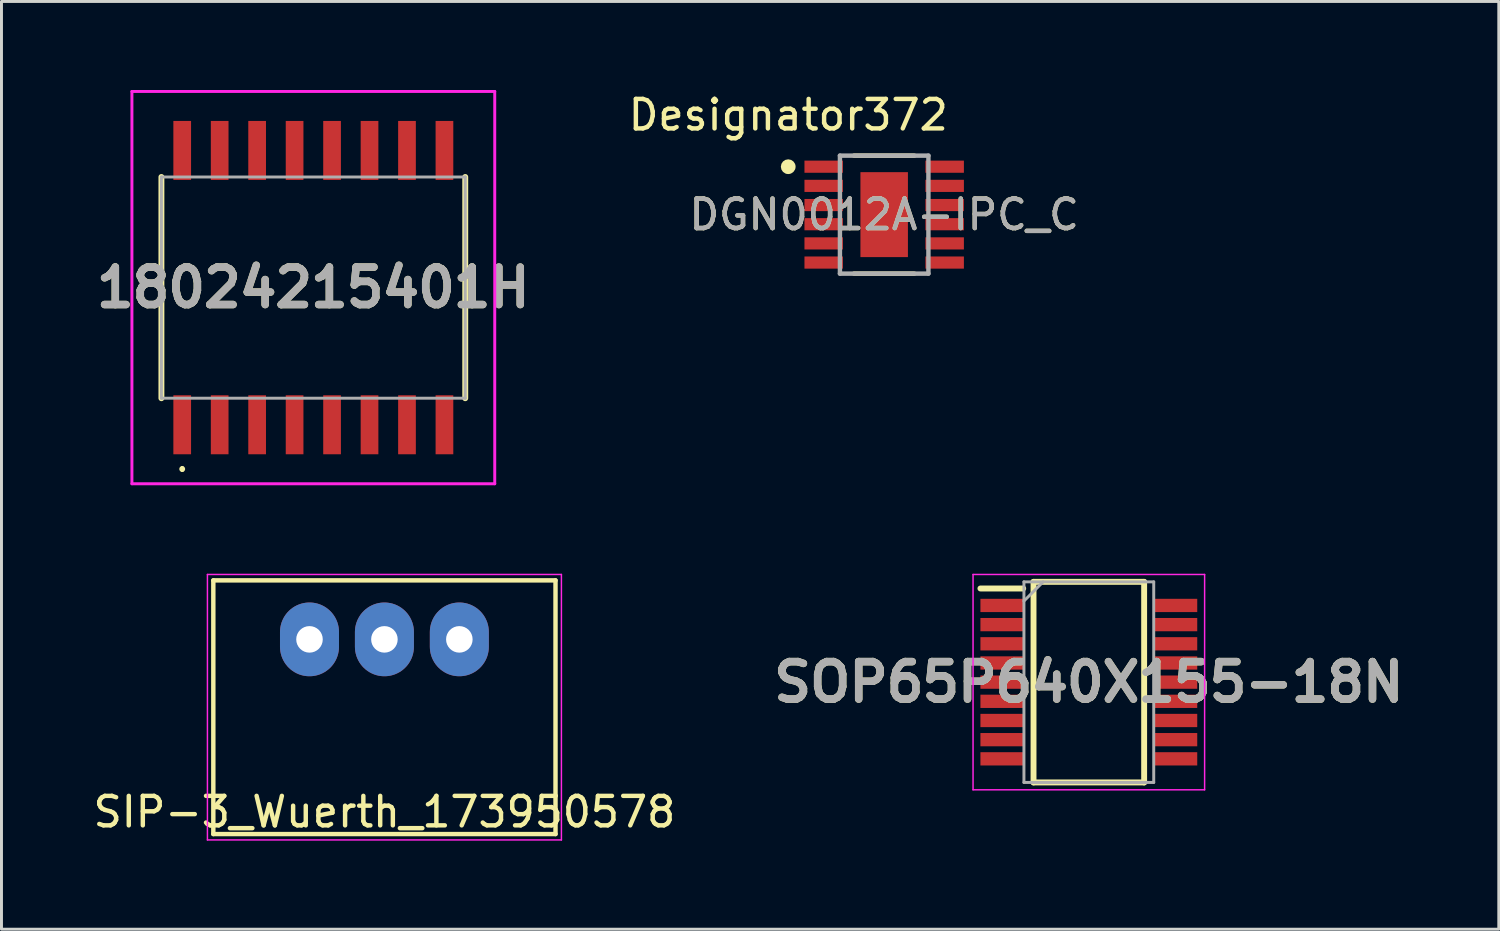
<source format=kicad_pcb>
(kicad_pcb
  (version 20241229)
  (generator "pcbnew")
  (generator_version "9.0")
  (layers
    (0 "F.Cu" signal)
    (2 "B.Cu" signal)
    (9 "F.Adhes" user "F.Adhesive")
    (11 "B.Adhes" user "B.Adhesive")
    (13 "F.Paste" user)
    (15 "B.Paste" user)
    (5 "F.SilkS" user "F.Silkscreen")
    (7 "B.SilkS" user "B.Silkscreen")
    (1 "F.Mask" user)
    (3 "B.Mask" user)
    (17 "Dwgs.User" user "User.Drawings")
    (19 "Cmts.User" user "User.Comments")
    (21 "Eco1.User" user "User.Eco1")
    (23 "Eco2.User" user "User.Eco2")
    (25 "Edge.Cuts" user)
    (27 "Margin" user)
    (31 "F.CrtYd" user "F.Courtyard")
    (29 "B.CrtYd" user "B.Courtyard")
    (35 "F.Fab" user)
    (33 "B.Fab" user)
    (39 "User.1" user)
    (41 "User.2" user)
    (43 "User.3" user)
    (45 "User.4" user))
  (footprint "18024215401H"
    (layer "F.Cu")
    (at 7.572 6.7)
    (property "Reference" "18024215401H" (at 0 0 0) (layer "F.SilkS") (effects (font (size 1.27 1.27) (thickness 0.254))))
    (attr smd)
    (fp_line (start -5.15 -3.75) (end -5.15 3.75) (stroke (width 0.2) (type solid)) (layer "F.SilkS"))
    (fp_line (start -4.445 6.1) (end -4.445 6.1) (stroke (width 0.1) (type solid)) (layer "F.SilkS"))
    (fp_line (start -4.445 6.2) (end -4.445 6.2) (stroke (width 0.1) (type solid)) (layer "F.SilkS"))
    (fp_line (start 5.15 -3.75) (end 5.15 3.75) (stroke (width 0.2) (type solid)) (layer "F.SilkS"))
    (fp_arc (start -4.445 6.1) (mid -4.395 6.15) (end -4.445 6.2) (stroke (width 0.1) (type solid)) (layer "F.SilkS"))
    (fp_arc (start -4.445 6.2) (mid -4.495 6.15) (end -4.445 6.1) (stroke (width 0.1) (type solid)) (layer "F.SilkS"))
    (fp_line (start -6.15 -6.65) (end 6.15 -6.65) (stroke (width 0.1) (type solid)) (layer "F.CrtYd"))
    (fp_line (start -6.15 6.65) (end -6.15 -6.65) (stroke (width 0.1) (type solid)) (layer "F.CrtYd"))
    (fp_line (start 6.15 -6.65) (end 6.15 6.65) (stroke (width 0.1) (type solid)) (layer "F.CrtYd"))
    (fp_line (start 6.15 6.65) (end -6.15 6.65) (stroke (width 0.1) (type solid)) (layer "F.CrtYd"))
    (fp_line (start -5.15 -3.75) (end 5.15 -3.75) (stroke (width 0.1) (type solid)) (layer "F.Fab"))
    (fp_line (start -5.15 3.75) (end -5.15 -3.75) (stroke (width 0.1) (type solid)) (layer "F.Fab"))
    (fp_line (start 5.15 -3.75) (end 5.15 3.75) (stroke (width 0.1) (type solid)) (layer "F.Fab"))
    (fp_line (start 5.15 3.75) (end -5.15 3.75) (stroke (width 0.1) (type solid)) (layer "F.Fab"))
    (fp_text user "${REFERENCE}" (at 0 0 0) (layer "F.Fab") (effects (font (size 1.27 1.27) (thickness 0.254))))
    (pad "1" smd rect (at -4.445 4.65) (size 0.6 2) (layers "F.Cu" "F.Mask" "F.Paste"))
    (pad "2" smd rect (at -3.175 4.65) (size 0.6 2) (layers "F.Cu" "F.Mask" "F.Paste"))
    (pad "3" smd rect (at -1.905 4.65) (size 0.6 2) (layers "F.Cu" "F.Mask" "F.Paste"))
    (pad "4" smd rect (at -0.635 4.65) (size 0.6 2) (layers "F.Cu" "F.Mask" "F.Paste"))
    (pad "5" smd rect (at 0.635 4.65) (size 0.6 2) (layers "F.Cu" "F.Mask" "F.Paste"))
    (pad "6" smd rect (at 1.905 4.65) (size 0.6 2) (layers "F.Cu" "F.Mask" "F.Paste"))
    (pad "7" smd rect (at 3.175 4.65) (size 0.6 2) (layers "F.Cu" "F.Mask" "F.Paste"))
    (pad "8" smd rect (at 4.445 4.65) (size 0.6 2) (layers "F.Cu" "F.Mask" "F.Paste"))
    (pad "9" smd rect (at 4.445 -4.65) (size 0.6 2) (layers "F.Cu" "F.Mask" "F.Paste"))
    (pad "10" smd rect (at 3.175 -4.65) (size 0.6 2) (layers "F.Cu" "F.Mask" "F.Paste"))
    (pad "11" smd rect (at 1.905 -4.65) (size 0.6 2) (layers "F.Cu" "F.Mask" "F.Paste"))
    (pad "12" smd rect (at 0.635 -4.65) (size 0.6 2) (layers "F.Cu" "F.Mask" "F.Paste"))
    (pad "13" smd rect (at -0.635 -4.65) (size 0.6 2) (layers "F.Cu" "F.Mask" "F.Paste"))
    (pad "14" smd rect (at -1.905 -4.65) (size 0.6 2) (layers "F.Cu" "F.Mask" "F.Paste"))
    (pad "15" smd rect (at -3.175 -4.65) (size 0.6 2) (layers "F.Cu" "F.Mask" "F.Paste"))
    (pad "16" smd rect (at -4.445 -4.65) (size 0.6 2) (layers "F.Cu" "F.Mask" "F.Paste")))
  (footprint "SIP-3_Wuerth_173950578"
    (layer "F.Cu")
    (at 9.982 18.625)
    (property "Reference" "SIP-3_Wuerth_173950578" (at 0 5.85 0) (layer "F.SilkS") (effects (font (size 1 1) (thickness 0.15))))
    (attr through_hole)
    (fp_line (start -5.8 -2) (end 5.8 -2) (stroke (width 0.15) (type solid)) (layer "F.SilkS"))
    (fp_line (start -5.8 6.6) (end -5.8 -2) (stroke (width 0.15) (type solid)) (layer "F.SilkS"))
    (fp_line (start 5.8 -2) (end 5.8 6.6) (stroke (width 0.15) (type solid)) (layer "F.SilkS"))
    (fp_line (start 5.8 6.6) (end -5.8 6.6) (stroke (width 0.15) (type solid)) (layer "F.SilkS"))
    (fp_line (start -6 -2.2) (end 6 -2.2) (stroke (width 0.05) (type solid)) (layer "F.CrtYd"))
    (fp_line (start -6 6.8) (end -6 -2.2) (stroke (width 0.05) (type solid)) (layer "F.CrtYd"))
    (fp_line (start 6 -2.2) (end 6 6.8) (stroke (width 0.05) (type solid)) (layer "F.CrtYd"))
    (fp_line (start 6 6.8) (end -6 6.8) (stroke (width 0.05) (type solid)) (layer "F.CrtYd"))
    (pad "1" thru_hole oval (at 2.54 0) (size 2 2.5) (drill 0.9) (layers "*.Cu" "*.Mask"))
    (pad "2" thru_hole oval (at 0 0) (size 2 2.5) (drill 0.9) (layers "*.Cu" "*.Mask"))
    (pad "3" thru_hole oval (at -2.54 0) (size 2 2.5) (drill 0.9) (layers "*.Cu" "*.Mask")))
  (footprint "DGN0012A-IPC_C"
    (layer "F.Cu")
    (at 26.924 4.226)
    (property "Reference" "DGN0012A-IPC_C" (at 0 0 0) (unlocked yes) (layer "F.SilkS") (effects (font (size 1 1) (thickness 0.15))))
    (attr smd)
    (fp_line (start -1.023 -2) (end 1.023 -2) (stroke (width 0.15) (type solid)) (layer "F.SilkS"))
    (fp_line (start -1.023 2) (end 1.023 2) (stroke (width 0.15) (type solid)) (layer "F.SilkS"))
    (fp_circle (center -3.253 -1.625) (end -3.128 -1.625) (stroke (width 0.25) (type solid)) (fill no) (layer "F.SilkS"))
    (fp_poly (pts (xy -0.434 1.069) (xy 0.434 1.069) (xy 0.434 -1.069) (xy -0.434 -1.069)) (stroke (width 0) (type solid)) (fill yes) (layer "F.Paste"))
    (fp_line (start -1.5 -2) (end 1.5 -2) (stroke (width 0.15) (type solid)) (layer "F.Fab"))
    (fp_line (start -1.5 2) (end -1.5 -2) (stroke (width 0.15) (type solid)) (layer "F.Fab"))
    (fp_line (start -1.5 2) (end 1.5 2) (stroke (width 0.15) (type solid)) (layer "F.Fab"))
    (fp_line (start 1.5 2) (end 1.5 -2) (stroke (width 0.15) (type solid)) (layer "F.Fab"))
    (fp_text user "Designator372" (at -3.251 -3.378 0) (unlocked yes) (layer "F.SilkS") (effects (font (size 1 1) (thickness 0.15))))
    (fp_text user "${REFERENCE}" (at 0 0 0) (unlocked yes) (layer "F.Fab") (effects (font (size 1 1) (thickness 0.15))))
    (pad "1" smd rect (at -2.05 -1.625) (size 1.305 0.412) (layers "F.Cu" "F.Mask" "F.Paste"))
    (pad "2" smd rect (at -2.05 -0.975) (size 1.305 0.412) (layers "F.Cu" "F.Mask" "F.Paste"))
    (pad "3" smd rect (at -2.05 -0.325) (size 1.305 0.412) (layers "F.Cu" "F.Mask" "F.Paste"))
    (pad "4" smd rect (at -2.05 0.325) (size 1.305 0.412) (layers "F.Cu" "F.Mask" "F.Paste"))
    (pad "5" smd rect (at -2.05 0.975) (size 1.305 0.412) (layers "F.Cu" "F.Mask" "F.Paste"))
    (pad "6" smd rect (at -2.05 1.625) (size 1.305 0.412) (layers "F.Cu" "F.Mask" "F.Paste"))
    (pad "7" smd rect (at 2.05 1.625) (size 1.305 0.412) (layers "F.Cu" "F.Mask" "F.Paste"))
    (pad "8" smd rect (at 2.05 0.975) (size 1.305 0.412) (layers "F.Cu" "F.Mask" "F.Paste"))
    (pad "9" smd rect (at 2.05 0.325) (size 1.305 0.412) (layers "F.Cu" "F.Mask" "F.Paste"))
    (pad "10" smd rect (at 2.05 -0.325) (size 1.305 0.412) (layers "F.Cu" "F.Mask" "F.Paste"))
    (pad "11" smd rect (at 2.05 -0.975) (size 1.305 0.412) (layers "F.Cu" "F.Mask" "F.Paste"))
    (pad "12" smd rect (at 2.05 -1.625) (size 1.305 0.412) (layers "F.Cu" "F.Mask" "F.Paste"))
    (pad "13" smd rect (at 0 0) (size 1.61 2.88) (layers "F.Cu" "F.Mask")))
  (footprint "SOP65P640X155-18N"
    (layer "F.Cu")
    (at 33.862 20.075)
    (property "Reference" "SOP65P640X155-18N" (at 0 0 0) (layer "F.SilkS") (effects (font (size 1.27 1.27) (thickness 0.254))))
    (attr smd)
    (fp_line (start -3.675 -3.175) (end -2.225 -3.175) (stroke (width 0.2) (type solid)) (layer "F.SilkS"))
    (fp_line (start -1.875 -3.4) (end 1.875 -3.4) (stroke (width 0.2) (type solid)) (layer "F.SilkS"))
    (fp_line (start -1.875 3.4) (end -1.875 -3.4) (stroke (width 0.2) (type solid)) (layer "F.SilkS"))
    (fp_line (start 1.875 -3.4) (end 1.875 3.4) (stroke (width 0.2) (type solid)) (layer "F.SilkS"))
    (fp_line (start 1.875 3.4) (end -1.875 3.4) (stroke (width 0.2) (type solid)) (layer "F.SilkS"))
    (fp_line (start -3.925 -3.65) (end 3.925 -3.65) (stroke (width 0.05) (type solid)) (layer "F.CrtYd"))
    (fp_line (start -3.925 3.65) (end -3.925 -3.65) (stroke (width 0.05) (type solid)) (layer "F.CrtYd"))
    (fp_line (start 3.925 -3.65) (end 3.925 3.65) (stroke (width 0.05) (type solid)) (layer "F.CrtYd"))
    (fp_line (start 3.925 3.65) (end -3.925 3.65) (stroke (width 0.05) (type solid)) (layer "F.CrtYd"))
    (fp_line (start -2.2 -3.4) (end 2.2 -3.4) (stroke (width 0.1) (type solid)) (layer "F.Fab"))
    (fp_line (start -2.2 -2.75) (end -1.55 -3.4) (stroke (width 0.1) (type solid)) (layer "F.Fab"))
    (fp_line (start -2.2 3.4) (end -2.2 -3.4) (stroke (width 0.1) (type solid)) (layer "F.Fab"))
    (fp_line (start 2.2 -3.4) (end 2.2 3.4) (stroke (width 0.1) (type solid)) (layer "F.Fab"))
    (fp_line (start 2.2 3.4) (end -2.2 3.4) (stroke (width 0.1) (type solid)) (layer "F.Fab"))
    (fp_text user "${REFERENCE}" (at 0 0 0) (layer "F.Fab") (effects (font (size 1.27 1.27) (thickness 0.254))))
    (pad "1" smd rect (at -2.95 -2.6 90) (size 0.45 1.45) (layers "F.Cu" "F.Mask" "F.Paste"))
    (pad "2" smd rect (at -2.95 -1.95 90) (size 0.45 1.45) (layers "F.Cu" "F.Mask" "F.Paste"))
    (pad "3" smd rect (at -2.95 -1.3 90) (size 0.45 1.45) (layers "F.Cu" "F.Mask" "F.Paste"))
    (pad "4" smd rect (at -2.95 -0.65 90) (size 0.45 1.45) (layers "F.Cu" "F.Mask" "F.Paste"))
    (pad "5" smd rect (at -2.95 0 90) (size 0.45 1.45) (layers "F.Cu" "F.Mask" "F.Paste"))
    (pad "6" smd rect (at -2.95 0.65 90) (size 0.45 1.45) (layers "F.Cu" "F.Mask" "F.Paste"))
    (pad "7" smd rect (at -2.95 1.3 90) (size 0.45 1.45) (layers "F.Cu" "F.Mask" "F.Paste"))
    (pad "8" smd rect (at -2.95 1.95 90) (size 0.45 1.45) (layers "F.Cu" "F.Mask" "F.Paste"))
    (pad "9" smd rect (at -2.95 2.6 90) (size 0.45 1.45) (layers "F.Cu" "F.Mask" "F.Paste"))
    (pad "10" smd rect (at 2.95 2.6 90) (size 0.45 1.45) (layers "F.Cu" "F.Mask" "F.Paste"))
    (pad "11" smd rect (at 2.95 1.95 90) (size 0.45 1.45) (layers "F.Cu" "F.Mask" "F.Paste"))
    (pad "12" smd rect (at 2.95 1.3 90) (size 0.45 1.45) (layers "F.Cu" "F.Mask" "F.Paste"))
    (pad "13" smd rect (at 2.95 0.65 90) (size 0.45 1.45) (layers "F.Cu" "F.Mask" "F.Paste"))
    (pad "14" smd rect (at 2.95 0 90) (size 0.45 1.45) (layers "F.Cu" "F.Mask" "F.Paste"))
    (pad "15" smd rect (at 2.95 -0.65 90) (size 0.45 1.45) (layers "F.Cu" "F.Mask" "F.Paste"))
    (pad "16" smd rect (at 2.95 -1.3 90) (size 0.45 1.45) (layers "F.Cu" "F.Mask" "F.Paste"))
    (pad "17" smd rect (at 2.95 -1.95 90) (size 0.45 1.45) (layers "F.Cu" "F.Mask" "F.Paste"))
    (pad "18" smd rect (at 2.95 -2.6 90) (size 0.45 1.45) (layers "F.Cu" "F.Mask" "F.Paste")))
  (gr_rect
    (start -3 -3)
    (end 47.76 28.45)
    (stroke (width 0.1) (type default))
    (fill no)
    (layer "Edge.Cuts")))
</source>
